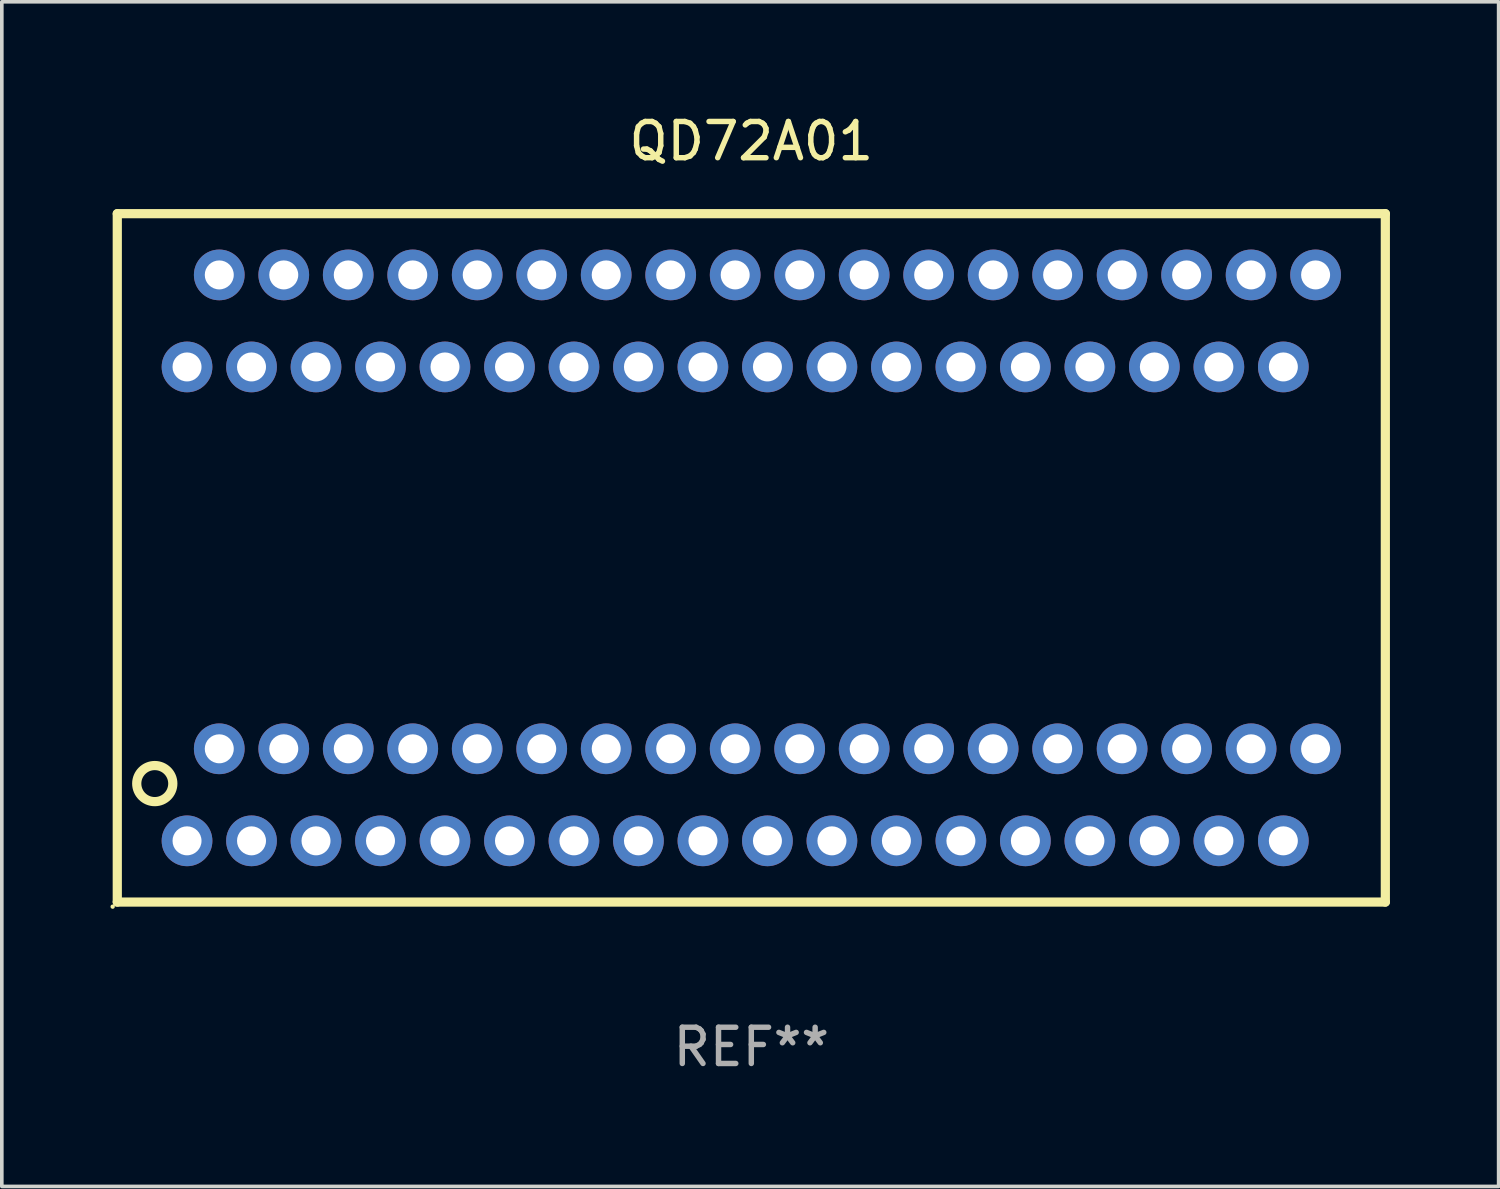
<source format=kicad_pcb>
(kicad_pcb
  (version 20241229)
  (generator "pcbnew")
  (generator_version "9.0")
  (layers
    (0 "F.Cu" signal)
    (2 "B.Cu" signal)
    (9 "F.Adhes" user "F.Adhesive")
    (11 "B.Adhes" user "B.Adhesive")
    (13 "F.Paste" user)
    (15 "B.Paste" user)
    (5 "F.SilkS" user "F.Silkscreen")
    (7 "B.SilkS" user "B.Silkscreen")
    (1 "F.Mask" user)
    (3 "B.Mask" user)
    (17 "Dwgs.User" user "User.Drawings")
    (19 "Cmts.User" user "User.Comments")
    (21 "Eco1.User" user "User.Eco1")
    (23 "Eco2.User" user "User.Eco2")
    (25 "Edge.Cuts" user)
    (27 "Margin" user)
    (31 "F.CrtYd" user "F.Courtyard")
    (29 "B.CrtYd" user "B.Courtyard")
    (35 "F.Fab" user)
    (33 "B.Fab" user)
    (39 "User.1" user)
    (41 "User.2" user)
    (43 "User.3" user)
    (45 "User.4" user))
  (footprint "QD72A01"
    (layer "F.Cu")
    (at 17.687 12.348)
    (property "Reference" "QD72A01" (at 0 -11.5 0) (layer "F.SilkS") (effects (font (size 1 1) (thickness 0.15))))
    (attr through_hole)
    (fp_line (start -17.5 -9.5) (end -17.5 9.5) (stroke (width 0.254) (type solid)) (layer "F.SilkS"))
    (fp_line (start -17.5 -9.5) (end 17.5 -9.5) (stroke (width 0.254) (type solid)) (layer "F.SilkS"))
    (fp_line (start 17.5 9.5) (end -17.5 9.5) (stroke (width 0.254) (type solid)) (layer "F.SilkS"))
    (fp_line (start 17.5 9.5) (end 17.5 -9.5) (stroke (width 0.254) (type solid)) (layer "F.SilkS"))
    (fp_circle (center -17.627 9.627) (end -17.597 9.627) (stroke (width 0.06) (type solid)) (fill no) (layer "F.SilkS"))
    (fp_circle (center -16.465 6.23) (end -15.967 6.23) (stroke (width 0.254) (type solid)) (fill no) (layer "F.SilkS"))
    (fp_text user "REF**" (at 0 13.5 0) (layer "F.Fab") (effects (font (size 1 1) (thickness 0.15))))
    (pad "1" thru_hole circle (at -15.575 7.81) (size 1.4 1.4) (drill 0.8) (layers "*.Cu" "*.Mask"))
    (pad "2" thru_hole circle (at -14.685 5.27) (size 1.4 1.4) (drill 0.8) (layers "*.Cu" "*.Mask"))
    (pad "3" thru_hole circle (at -13.795 7.81) (size 1.4 1.4) (drill 0.8) (layers "*.Cu" "*.Mask"))
    (pad "4" thru_hole circle (at -12.905 5.27) (size 1.4 1.4) (drill 0.8) (layers "*.Cu" "*.Mask"))
    (pad "5" thru_hole circle (at -12.015 7.81) (size 1.4 1.4) (drill 0.8) (layers "*.Cu" "*.Mask"))
    (pad "6" thru_hole circle (at -11.125 5.27) (size 1.4 1.4) (drill 0.8) (layers "*.Cu" "*.Mask"))
    (pad "7" thru_hole circle (at -10.235 7.81) (size 1.4 1.4) (drill 0.8) (layers "*.Cu" "*.Mask"))
    (pad "8" thru_hole circle (at -9.345 5.27) (size 1.4 1.4) (drill 0.8) (layers "*.Cu" "*.Mask"))
    (pad "9" thru_hole circle (at -8.455 7.81) (size 1.4 1.4) (drill 0.8) (layers "*.Cu" "*.Mask"))
    (pad "10" thru_hole circle (at -7.565 5.27) (size 1.4 1.4) (drill 0.8) (layers "*.Cu" "*.Mask"))
    (pad "11" thru_hole circle (at -6.675 7.81) (size 1.4 1.4) (drill 0.8) (layers "*.Cu" "*.Mask"))
    (pad "12" thru_hole circle (at -5.785 5.27) (size 1.4 1.4) (drill 0.8) (layers "*.Cu" "*.Mask"))
    (pad "13" thru_hole circle (at -4.895 7.81) (size 1.4 1.4) (drill 0.8) (layers "*.Cu" "*.Mask"))
    (pad "14" thru_hole circle (at -4.005 5.27) (size 1.4 1.4) (drill 0.8) (layers "*.Cu" "*.Mask"))
    (pad "15" thru_hole circle (at -3.115 7.81) (size 1.4 1.4) (drill 0.8) (layers "*.Cu" "*.Mask"))
    (pad "16" thru_hole circle (at -2.225 5.27) (size 1.4 1.4) (drill 0.8) (layers "*.Cu" "*.Mask"))
    (pad "17" thru_hole circle (at -1.335 7.81) (size 1.4 1.4) (drill 0.8) (layers "*.Cu" "*.Mask"))
    (pad "18" thru_hole circle (at -0.445 5.27) (size 1.4 1.4) (drill 0.8) (layers "*.Cu" "*.Mask"))
    (pad "19" thru_hole circle (at 0.445 7.81) (size 1.4 1.4) (drill 0.8) (layers "*.Cu" "*.Mask"))
    (pad "20" thru_hole circle (at 1.335 5.27) (size 1.4 1.4) (drill 0.8) (layers "*.Cu" "*.Mask"))
    (pad "21" thru_hole circle (at 2.225 7.81) (size 1.4 1.4) (drill 0.8) (layers "*.Cu" "*.Mask"))
    (pad "22" thru_hole circle (at 3.115 5.27) (size 1.4 1.4) (drill 0.8) (layers "*.Cu" "*.Mask"))
    (pad "23" thru_hole circle (at 4.005 7.81) (size 1.4 1.4) (drill 0.8) (layers "*.Cu" "*.Mask"))
    (pad "24" thru_hole circle (at 4.895 5.27) (size 1.4 1.4) (drill 0.8) (layers "*.Cu" "*.Mask"))
    (pad "25" thru_hole circle (at 5.785 7.81) (size 1.4 1.4) (drill 0.8) (layers "*.Cu" "*.Mask"))
    (pad "26" thru_hole circle (at 6.675 5.27) (size 1.4 1.4) (drill 0.8) (layers "*.Cu" "*.Mask"))
    (pad "27" thru_hole circle (at 7.565 7.81) (size 1.4 1.4) (drill 0.8) (layers "*.Cu" "*.Mask"))
    (pad "28" thru_hole circle (at 8.455 5.27) (size 1.4 1.4) (drill 0.8) (layers "*.Cu" "*.Mask"))
    (pad "29" thru_hole circle (at 9.345 7.81) (size 1.4 1.4) (drill 0.8) (layers "*.Cu" "*.Mask"))
    (pad "30" thru_hole circle (at 10.235 5.27) (size 1.4 1.4) (drill 0.8) (layers "*.Cu" "*.Mask"))
    (pad "31" thru_hole circle (at 11.125 7.81) (size 1.4 1.4) (drill 0.8) (layers "*.Cu" "*.Mask"))
    (pad "32" thru_hole circle (at 12.015 5.27) (size 1.4 1.4) (drill 0.8) (layers "*.Cu" "*.Mask"))
    (pad "33" thru_hole circle (at 12.905 7.81) (size 1.4 1.4) (drill 0.8) (layers "*.Cu" "*.Mask"))
    (pad "34" thru_hole circle (at 13.795 5.27) (size 1.4 1.4) (drill 0.8) (layers "*.Cu" "*.Mask"))
    (pad "35" thru_hole circle (at 14.685 7.81) (size 1.4 1.4) (drill 0.8) (layers "*.Cu" "*.Mask"))
    (pad "36" thru_hole circle (at 15.575 5.27) (size 1.4 1.4) (drill 0.8) (layers "*.Cu" "*.Mask"))
    (pad "37" thru_hole circle (at 15.575 -7.81) (size 1.4 1.4) (drill 0.8) (layers "*.Cu" "*.Mask"))
    (pad "38" thru_hole circle (at 14.685 -5.27) (size 1.4 1.4) (drill 0.8) (layers "*.Cu" "*.Mask"))
    (pad "39" thru_hole circle (at 13.795 -7.81) (size 1.4 1.4) (drill 0.8) (layers "*.Cu" "*.Mask"))
    (pad "40" thru_hole circle (at 12.905 -5.27) (size 1.4 1.4) (drill 0.8) (layers "*.Cu" "*.Mask"))
    (pad "41" thru_hole circle (at 12.015 -7.81) (size 1.4 1.4) (drill 0.8) (layers "*.Cu" "*.Mask"))
    (pad "42" thru_hole circle (at 11.125 -5.27) (size 1.4 1.4) (drill 0.8) (layers "*.Cu" "*.Mask"))
    (pad "43" thru_hole circle (at 10.235 -7.81) (size 1.4 1.4) (drill 0.8) (layers "*.Cu" "*.Mask"))
    (pad "44" thru_hole circle (at 9.345 -5.27) (size 1.4 1.4) (drill 0.8) (layers "*.Cu" "*.Mask"))
    (pad "45" thru_hole circle (at 8.455 -7.81) (size 1.4 1.4) (drill 0.8) (layers "*.Cu" "*.Mask"))
    (pad "46" thru_hole circle (at 7.565 -5.27) (size 1.4 1.4) (drill 0.8) (layers "*.Cu" "*.Mask"))
    (pad "47" thru_hole circle (at 6.675 -7.81) (size 1.4 1.4) (drill 0.8) (layers "*.Cu" "*.Mask"))
    (pad "48" thru_hole circle (at 5.785 -5.27) (size 1.4 1.4) (drill 0.8) (layers "*.Cu" "*.Mask"))
    (pad "49" thru_hole circle (at 4.895 -7.81) (size 1.4 1.4) (drill 0.8) (layers "*.Cu" "*.Mask"))
    (pad "50" thru_hole circle (at 4.005 -5.27) (size 1.4 1.4) (drill 0.8) (layers "*.Cu" "*.Mask"))
    (pad "51" thru_hole circle (at 3.115 -7.81) (size 1.4 1.4) (drill 0.8) (layers "*.Cu" "*.Mask"))
    (pad "52" thru_hole circle (at 2.225 -5.27) (size 1.4 1.4) (drill 0.8) (layers "*.Cu" "*.Mask"))
    (pad "53" thru_hole circle (at 1.335 -7.81) (size 1.4 1.4) (drill 0.8) (layers "*.Cu" "*.Mask"))
    (pad "54" thru_hole circle (at 0.445 -5.27) (size 1.4 1.4) (drill 0.8) (layers "*.Cu" "*.Mask"))
    (pad "55" thru_hole circle (at -0.445 -7.81) (size 1.4 1.4) (drill 0.8) (layers "*.Cu" "*.Mask"))
    (pad "56" thru_hole circle (at -1.335 -5.27) (size 1.4 1.4) (drill 0.8) (layers "*.Cu" "*.Mask"))
    (pad "57" thru_hole circle (at -2.225 -7.81) (size 1.4 1.4) (drill 0.8) (layers "*.Cu" "*.Mask"))
    (pad "58" thru_hole circle (at -3.115 -5.27) (size 1.4 1.4) (drill 0.8) (layers "*.Cu" "*.Mask"))
    (pad "59" thru_hole circle (at -4.005 -7.81) (size 1.4 1.4) (drill 0.8) (layers "*.Cu" "*.Mask"))
    (pad "60" thru_hole circle (at -4.895 -5.27) (size 1.4 1.4) (drill 0.8) (layers "*.Cu" "*.Mask"))
    (pad "61" thru_hole circle (at -5.785 -7.81) (size 1.4 1.4) (drill 0.8) (layers "*.Cu" "*.Mask"))
    (pad "62" thru_hole circle (at -6.675 -5.27) (size 1.4 1.4) (drill 0.8) (layers "*.Cu" "*.Mask"))
    (pad "63" thru_hole circle (at -7.565 -7.81) (size 1.4 1.4) (drill 0.8) (layers "*.Cu" "*.Mask"))
    (pad "64" thru_hole circle (at -8.455 -5.27) (size 1.4 1.4) (drill 0.8) (layers "*.Cu" "*.Mask"))
    (pad "65" thru_hole circle (at -9.345 -7.81) (size 1.4 1.4) (drill 0.8) (layers "*.Cu" "*.Mask"))
    (pad "66" thru_hole circle (at -10.235 -5.27) (size 1.4 1.4) (drill 0.8) (layers "*.Cu" "*.Mask"))
    (pad "67" thru_hole circle (at -12.015 -5.27) (size 1.4 1.4) (drill 0.8) (layers "*.Cu" "*.Mask"))
    (pad "68" thru_hole circle (at -11.125 -7.81) (size 1.4 1.4) (drill 0.8) (layers "*.Cu" "*.Mask"))
    (pad "69" thru_hole circle (at -13.795 -5.27) (size 1.4 1.4) (drill 0.8) (layers "*.Cu" "*.Mask"))
    (pad "70" thru_hole circle (at -12.905 -7.81) (size 1.4 1.4) (drill 0.8) (layers "*.Cu" "*.Mask"))
    (pad "71" thru_hole circle (at -15.575 -5.27) (size 1.4 1.4) (drill 0.8) (layers "*.Cu" "*.Mask"))
    (pad "72" thru_hole circle (at -14.685 -7.81) (size 1.4 1.4) (drill 0.8) (layers "*.Cu" "*.Mask")))
  (gr_rect
    (start -3 -3)
    (end 38.314 29.697)
    (stroke (width 0.1) (type default))
    (fill no)
    (layer "Edge.Cuts")))
</source>
